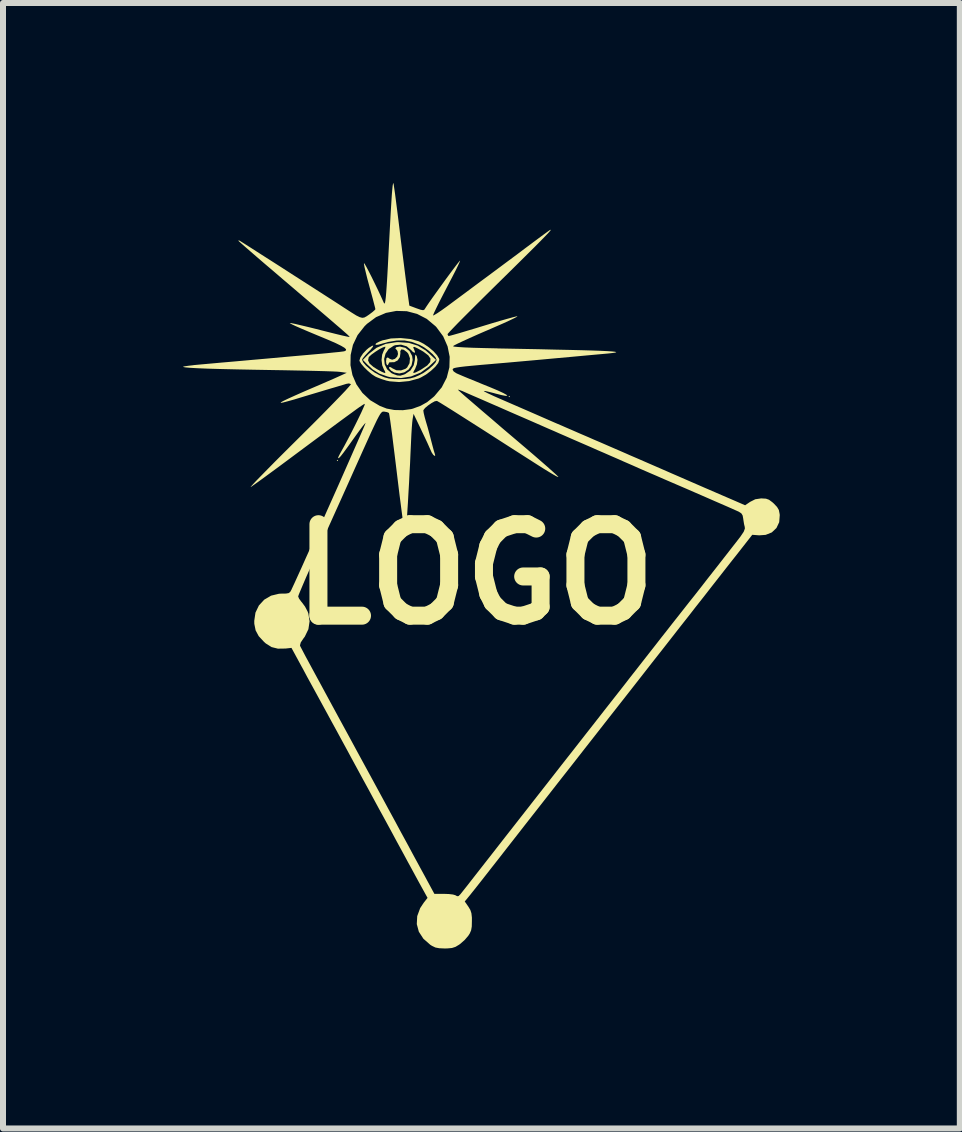
<source format=kicad_pcb>
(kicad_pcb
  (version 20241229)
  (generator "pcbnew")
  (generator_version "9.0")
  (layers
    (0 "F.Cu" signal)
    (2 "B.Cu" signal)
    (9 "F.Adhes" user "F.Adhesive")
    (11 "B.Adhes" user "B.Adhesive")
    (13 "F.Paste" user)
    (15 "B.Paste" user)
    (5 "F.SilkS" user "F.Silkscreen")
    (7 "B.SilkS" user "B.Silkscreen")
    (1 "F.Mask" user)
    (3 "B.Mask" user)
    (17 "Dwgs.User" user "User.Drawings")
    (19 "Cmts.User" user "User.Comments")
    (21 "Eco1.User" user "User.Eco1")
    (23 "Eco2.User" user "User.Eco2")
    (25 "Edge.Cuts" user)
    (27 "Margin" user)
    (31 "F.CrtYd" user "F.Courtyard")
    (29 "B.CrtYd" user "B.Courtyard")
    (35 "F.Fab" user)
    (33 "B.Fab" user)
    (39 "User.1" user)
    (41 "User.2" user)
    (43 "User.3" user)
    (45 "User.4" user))
  (footprint "LOGO"
    (layer "F.Cu")
    (at 4.868 6.518)
    (property "Reference" "LOGO" (at 0 0 0) (layer "F.SilkS") (effects (font (size 1.524 1.524) (thickness 0.3))))
    (attr board_only exclude_from_pos_files exclude_from_bom)
    (fp_poly (pts (xy -2.285 -1.897) (xy -2.296 -1.886) (xy -2.307 -1.897) (xy -2.296 -1.908)) (stroke (width 0) (type solid)) (fill yes) (layer "F.SilkS"))
    (fp_poly (pts (xy 0.577 -2.961) (xy 0.566 -2.95) (xy 0.555 -2.961) (xy 0.566 -2.973)) (stroke (width 0) (type solid)) (fill yes) (layer "F.SilkS"))
    (fp_poly (pts (xy -1.164 -3.773) (xy -1.095 -3.719) (xy -1.052 -3.638) (xy -1.043 -3.572) (xy -1.061 -3.482) (xy -1.111 -3.411) (xy -1.183 -3.364) (xy -1.265 -3.346) (xy -1.35 -3.362) (xy -1.401 -3.392) (xy -1.432 -3.426) (xy -1.437 -3.451) (xy -1.437 -3.451) (xy -1.41 -3.451) (xy -1.379 -3.431) (xy -1.314 -3.399) (xy -1.236 -3.397) (xy -1.163 -3.423) (xy -1.135 -3.445) (xy -1.095 -3.517) (xy -1.088 -3.598) (xy -1.115 -3.673) (xy -1.138 -3.701) (xy -1.194 -3.742) (xy -1.232 -3.747) (xy -1.249 -3.716) (xy -1.247 -3.685) (xy -1.256 -3.618) (xy -1.293 -3.563) (xy -1.349 -3.534) (xy -1.389 -3.533) (xy -1.432 -3.531) (xy -1.442 -3.513) (xy -1.455 -3.486) (xy -1.464 -3.483) (xy -1.48 -3.502) (xy -1.486 -3.549) (xy -1.486 -3.549) (xy -1.479 -3.602) (xy -1.457 -3.613) (xy -1.425 -3.59) (xy -1.384 -3.575) (xy -1.337 -3.59) (xy -1.3 -3.627) (xy -1.287 -3.67) (xy -1.295 -3.717) (xy -1.309 -3.738) (xy -1.332 -3.764) (xy -1.315 -3.784) (xy -1.263 -3.793) (xy -1.252 -3.793)) (stroke (width 0) (type solid)) (fill yes) (layer "F.SilkS"))
    (fp_poly (pts (xy -1.082 -3.92) (xy -0.944 -3.883) (xy -0.859 -3.84) (xy -0.774 -3.782) (xy -0.696 -3.716) (xy -0.637 -3.65) (xy -0.603 -3.593) (xy -0.599 -3.572) (xy -0.617 -3.52) (xy -0.666 -3.457) (xy -0.737 -3.391) (xy -0.82 -3.328) (xy -0.906 -3.279) (xy -0.944 -3.262) (xy -1.103 -3.219) (xy -1.269 -3.203) (xy -1.425 -3.215) (xy -1.481 -3.227) (xy -1.563 -3.253) (xy -1.638 -3.282) (xy -1.667 -3.296) (xy -1.724 -3.333) (xy -1.789 -3.388) (xy -1.85 -3.448) (xy -1.9 -3.506) (xy -1.927 -3.55) (xy -1.93 -3.562) (xy -1.913 -3.614) (xy -1.87 -3.679) (xy -1.81 -3.742) (xy -1.773 -3.773) (xy -1.72 -3.806) (xy -1.699 -3.81) (xy -1.708 -3.787) (xy -1.747 -3.739) (xy -1.785 -3.7) (xy -1.837 -3.644) (xy -1.874 -3.598) (xy -1.886 -3.575) (xy -1.868 -3.532) (xy -1.82 -3.476) (xy -1.752 -3.416) (xy -1.673 -3.359) (xy -1.592 -3.315) (xy -1.592 -3.315) (xy -1.511 -3.281) (xy -1.44 -3.262) (xy -1.359 -3.253) (xy -1.264 -3.251) (xy -1.16 -3.254) (xy -1.081 -3.264) (xy -1.009 -3.284) (xy -0.937 -3.315) (xy -0.858 -3.358) (xy -0.78 -3.413) (xy -0.712 -3.473) (xy -0.663 -3.527) (xy -0.643 -3.57) (xy -0.643 -3.572) (xy -0.661 -3.612) (xy -0.708 -3.666) (xy -0.774 -3.725) (xy -0.85 -3.78) (xy -0.926 -3.822) (xy -0.93 -3.824) (xy -1.057 -3.872) (xy -1.179 -3.896) (xy -1.307 -3.895) (xy -1.451 -3.871) (xy -1.614 -3.826) (xy -1.653 -3.822) (xy -1.664 -3.833) (xy -1.645 -3.853) (xy -1.595 -3.878) (xy -1.547 -3.897) (xy -1.405 -3.929) (xy -1.243 -3.936)) (stroke (width 0) (type solid)) (fill yes) (layer "F.SilkS"))
    (fp_poly (pts (xy -1.105 -3.855) (xy -0.959 -3.81) (xy -0.827 -3.73) (xy -0.77 -3.68) (xy -0.654 -3.572) (xy -0.77 -3.463) (xy -0.909 -3.361) (xy -1.069 -3.296) (xy -1.239 -3.269) (xy -1.412 -3.283) (xy -1.462 -3.295) (xy -1.598 -3.344) (xy -1.709 -3.413) (xy -1.796 -3.493) (xy -1.864 -3.563) (xy -1.786 -3.563) (xy -1.761 -3.511) (xy -1.697 -3.455) (xy -1.635 -3.416) (xy -1.556 -3.373) (xy -1.511 -3.354) (xy -1.496 -3.36) (xy -1.508 -3.389) (xy -1.521 -3.411) (xy -1.55 -3.481) (xy -1.561 -3.568) (xy -1.561 -3.572) (xy -1.559 -3.588) (xy -1.518 -3.588) (xy -1.509 -3.498) (xy -1.469 -3.416) (xy -1.397 -3.352) (xy -1.368 -3.338) (xy -1.301 -3.313) (xy -1.249 -3.309) (xy -1.188 -3.327) (xy -1.166 -3.337) (xy -1.08 -3.395) (xy -1.025 -3.483) (xy -1.007 -3.567) (xy -1.003 -3.624) (xy -0.999 -3.658) (xy -0.999 -3.66) (xy -0.988 -3.653) (xy -0.974 -3.632) (xy -0.962 -3.575) (xy -0.972 -3.499) (xy -1.002 -3.422) (xy -1.015 -3.4) (xy -1.033 -3.365) (xy -1.026 -3.353) (xy -0.989 -3.365) (xy -0.92 -3.401) (xy -0.894 -3.416) (xy -0.8 -3.479) (xy -0.751 -3.536) (xy -0.745 -3.592) (xy -0.783 -3.648) (xy -0.864 -3.709) (xy -0.894 -3.727) (xy -0.971 -3.769) (xy -1.016 -3.789) (xy -1.033 -3.785) (xy -1.026 -3.76) (xy -1.019 -3.747) (xy -1.003 -3.703) (xy -1.013 -3.689) (xy -1.044 -3.709) (xy -1.066 -3.734) (xy -1.141 -3.797) (xy -1.236 -3.826) (xy -1.334 -3.817) (xy -1.358 -3.808) (xy -1.442 -3.753) (xy -1.495 -3.676) (xy -1.518 -3.588) (xy -1.559 -3.588) (xy -1.551 -3.659) (xy -1.523 -3.73) (xy -1.521 -3.732) (xy -1.499 -3.773) (xy -1.499 -3.793) (xy -1.5 -3.793) (xy -1.539 -3.78) (xy -1.599 -3.749) (xy -1.666 -3.706) (xy -1.726 -3.663) (xy -1.767 -3.626) (xy -1.775 -3.616) (xy -1.786 -3.563) (xy -1.864 -3.563) (xy -1.872 -3.572) (xy -1.774 -3.672) (xy -1.644 -3.774) (xy -1.492 -3.839) (xy -1.315 -3.867) (xy -1.276 -3.868)) (stroke (width 0) (type solid)) (fill yes) (layer "F.SilkS"))
    (fp_poly (pts (xy -1.363 -6.517) (xy -1.359 -6.494) (xy -1.35 -6.432) (xy -1.336 -6.336) (xy -1.32 -6.212) (xy -1.301 -6.064) (xy -1.28 -5.898) (xy -1.264 -5.767) (xy -1.241 -5.575) (xy -1.217 -5.384) (xy -1.194 -5.202) (xy -1.173 -5.036) (xy -1.155 -4.895) (xy -1.141 -4.787) (xy -1.136 -4.75) (xy -1.098 -4.476) (xy -0.978 -4.431) (xy -0.909 -4.407) (xy -0.869 -4.4) (xy -0.848 -4.409) (xy -0.841 -4.419) (xy -0.816 -4.458) (xy -0.772 -4.523) (xy -0.714 -4.606) (xy -0.645 -4.702) (xy -0.57 -4.806) (xy -0.495 -4.91) (xy -0.422 -5.009) (xy -0.357 -5.096) (xy -0.304 -5.166) (xy -0.267 -5.212) (xy -0.252 -5.228) (xy -0.252 -5.228) (xy -0.259 -5.206) (xy -0.284 -5.151) (xy -0.324 -5.068) (xy -0.378 -4.963) (xy -0.441 -4.842) (xy -0.478 -4.771) (xy -0.545 -4.642) (xy -0.604 -4.527) (xy -0.651 -4.431) (xy -0.685 -4.36) (xy -0.702 -4.319) (xy -0.703 -4.311) (xy -0.682 -4.32) (xy -0.632 -4.35) (xy -0.56 -4.399) (xy -0.472 -4.462) (xy -0.429 -4.494) (xy -0.331 -4.567) (xy -0.208 -4.658) (xy -0.068 -4.762) (xy 0.078 -4.871) (xy 0.222 -4.977) (xy 0.266 -5.01) (xy 0.406 -5.114) (xy 0.551 -5.222) (xy 0.693 -5.327) (xy 0.82 -5.423) (xy 0.925 -5.501) (xy 0.954 -5.523) (xy 1.048 -5.593) (xy 1.131 -5.654) (xy 1.195 -5.701) (xy 1.234 -5.729) (xy 1.241 -5.733) (xy 1.256 -5.741) (xy 1.258 -5.736) (xy 1.244 -5.717) (xy 1.212 -5.681) (xy 1.16 -5.627) (xy 1.088 -5.553) (xy 0.992 -5.456) (xy 0.871 -5.336) (xy 0.724 -5.19) (xy 0.549 -5.017) (xy 0.377 -4.848) (xy 0.218 -4.691) (xy 0.068 -4.543) (xy -0.069 -4.406) (xy -0.19 -4.285) (xy -0.293 -4.181) (xy -0.374 -4.097) (xy -0.43 -4.038) (xy -0.459 -4.005) (xy -0.462 -4.001) (xy -0.452 -3.974) (xy -0.44 -3.971) (xy -0.411 -3.977) (xy -0.346 -3.995) (xy -0.251 -4.022) (xy -0.132 -4.058) (xy 0.006 -4.099) (xy 0.133 -4.138) (xy 0.281 -4.183) (xy 0.416 -4.223) (xy 0.532 -4.256) (xy 0.623 -4.281) (xy 0.682 -4.296) (xy 0.704 -4.299) (xy 0.692 -4.289) (xy 0.644 -4.264) (xy 0.565 -4.226) (xy 0.46 -4.178) (xy 0.334 -4.123) (xy 0.192 -4.061) (xy 0.184 -4.058) (xy 0.039 -3.995) (xy -0.093 -3.936) (xy -0.205 -3.885) (xy -0.292 -3.844) (xy -0.349 -3.815) (xy -0.371 -3.801) (xy -0.371 -3.8) (xy -0.351 -3.793) (xy -0.289 -3.787) (xy -0.184 -3.78) (xy -0.039 -3.774) (xy 0.145 -3.769) (xy 0.367 -3.764) (xy 0.371 -3.763) (xy 0.735 -3.756) (xy 1.057 -3.75) (xy 1.338 -3.743) (xy 1.58 -3.738) (xy 1.786 -3.733) (xy 1.956 -3.728) (xy 2.093 -3.723) (xy 2.199 -3.718) (xy 2.275 -3.713) (xy 2.324 -3.708) (xy 2.347 -3.703) (xy 2.346 -3.698) (xy 2.322 -3.692) (xy 2.279 -3.686) (xy 2.217 -3.679) (xy 2.152 -3.673) (xy 1.886 -3.649) (xy 1.605 -3.623) (xy 1.318 -3.597) (xy 1.035 -3.571) (xy 0.765 -3.547) (xy 0.519 -3.525) (xy 0.307 -3.507) (xy 0.288 -3.505) (xy 0.099 -3.489) (xy -0.051 -3.475) (xy -0.165 -3.464) (xy -0.25 -3.454) (xy -0.308 -3.445) (xy -0.346 -3.437) (xy -0.367 -3.428) (xy -0.375 -3.418) (xy -0.377 -3.408) (xy -0.359 -3.379) (xy -0.316 -3.35) (xy -0.292 -3.339) (xy -0.264 -3.327) (xy -0.227 -3.311) (xy -0.175 -3.289) (xy -0.102 -3.259) (xy -0.003 -3.219) (xy 0.127 -3.165) (xy 0.244 -3.118) (xy 0.377 -3.062) (xy 0.469 -3.019) (xy 0.522 -2.989) (xy 0.534 -2.974) (xy 0.506 -2.973) (xy 0.436 -2.986) (xy 0.326 -3.014) (xy 0.313 -3.018) (xy 0.234 -3.038) (xy 0.174 -3.052) (xy 0.143 -3.055) (xy 0.141 -3.055) (xy 0.156 -3.043) (xy 0.204 -3.018) (xy 0.275 -2.985) (xy 0.316 -2.966) (xy 0.476 -2.896) (xy 0.651 -2.82) (xy 0.833 -2.741) (xy 1.012 -2.663) (xy 1.181 -2.589) (xy 1.33 -2.524) (xy 1.452 -2.472) (xy 1.497 -2.452) (xy 1.613 -2.402) (xy 1.75 -2.342) (xy 1.888 -2.283) (xy 1.974 -2.245) (xy 2.089 -2.196) (xy 2.229 -2.135) (xy 2.379 -2.07) (xy 2.524 -2.007) (xy 2.573 -1.985) (xy 2.722 -1.921) (xy 2.894 -1.846) (xy 3.069 -1.77) (xy 3.229 -1.7) (xy 3.272 -1.681) (xy 3.413 -1.62) (xy 3.564 -1.554) (xy 3.709 -1.491) (xy 3.835 -1.436) (xy 3.882 -1.416) (xy 4.002 -1.364) (xy 4.129 -1.309) (xy 4.245 -1.259) (xy 4.317 -1.228) (xy 4.496 -1.15) (xy 4.58 -1.207) (xy 4.665 -1.25) (xy 4.76 -1.264) (xy 4.773 -1.264) (xy 4.843 -1.26) (xy 4.894 -1.242) (xy 4.948 -1.202) (xy 4.973 -1.18) (xy 5.028 -1.122) (xy 5.058 -1.071) (xy 5.071 -1.005) (xy 5.073 -0.986) (xy 5.064 -0.868) (xy 5.018 -0.771) (xy 4.941 -0.698) (xy 4.839 -0.657) (xy 4.731 -0.649) (xy 4.615 -0.658) (xy 4.353 -0.323) (xy 4.276 -0.226) (xy 4.178 -0.101) (xy 4.063 0.046) (xy 3.936 0.208) (xy 3.803 0.379) (xy 3.668 0.55) (xy 3.561 0.688) (xy 3.419 0.868) (xy 3.266 1.064) (xy 3.109 1.265) (xy 2.953 1.463) (xy 2.807 1.65) (xy 2.678 1.815) (xy 2.614 1.897) (xy 2.432 2.129) (xy 2.238 2.376) (xy 2.037 2.633) (xy 1.83 2.897) (xy 1.623 3.162) (xy 1.417 3.424) (xy 1.218 3.679) (xy 1.027 3.923) (xy 0.848 4.151) (xy 0.686 4.359) (xy 0.542 4.543) (xy 0.422 4.697) (xy 0.383 4.747) (xy 0.277 4.882) (xy 0.177 5.01) (xy 0.086 5.126) (xy 0.008 5.225) (xy -0.052 5.3) (xy -0.089 5.347) (xy -0.091 5.349) (xy -0.175 5.451) (xy -0.115 5.537) (xy -0.082 5.592) (xy -0.064 5.647) (xy -0.056 5.718) (xy -0.056 5.779) (xy -0.058 5.869) (xy -0.069 5.932) (xy -0.092 5.985) (xy -0.116 6.022) (xy -0.174 6.09) (xy -0.246 6.154) (xy -0.269 6.171) (xy -0.329 6.207) (xy -0.388 6.226) (xy -0.462 6.233) (xy -0.51 6.234) (xy -0.6 6.23) (xy -0.664 6.218) (xy -0.72 6.191) (xy -0.749 6.173) (xy -0.864 6.072) (xy -0.94 5.955) (xy -0.974 5.828) (xy -0.967 5.695) (xy -0.918 5.562) (xy -0.86 5.474) (xy -0.795 5.391) (xy -0.939 5.13) (xy -1.001 5.016) (xy -1.065 4.898) (xy -1.123 4.792) (xy -1.165 4.714) (xy -1.197 4.655) (xy -1.247 4.563) (xy -1.311 4.446) (xy -1.385 4.308) (xy -1.467 4.157) (xy -1.553 3.999) (xy -1.581 3.949) (xy -1.677 3.772) (xy -1.778 3.585) (xy -1.881 3.397) (xy -1.978 3.218) (xy -2.065 3.058) (xy -2.135 2.928) (xy -2.218 2.776) (xy -2.308 2.61) (xy -2.399 2.444) (xy -2.482 2.291) (xy -2.54 2.185) (xy -2.618 2.042) (xy -2.706 1.881) (xy -2.795 1.719) (xy -2.873 1.573) (xy -2.892 1.539) (xy -3.062 1.226) (xy -3.16 1.237) (xy -3.288 1.239) (xy -3.393 1.213) (xy -3.49 1.152) (xy -3.521 1.124) (xy -3.608 1.03) (xy -3.659 0.935) (xy -3.681 0.826) (xy -3.682 0.776) (xy -3.662 0.639) (xy -3.605 0.52) (xy -3.516 0.423) (xy -3.425 0.37) (xy -2.95 0.37) (xy -2.936 0.405) (xy -2.9 0.454) (xy -2.884 0.473) (xy -2.836 0.538) (xy -2.793 0.62) (xy -2.781 0.652) (xy -2.76 0.783) (xy -2.78 0.915) (xy -2.84 1.039) (xy -2.864 1.071) (xy -2.907 1.135) (xy -2.92 1.183) (xy -2.918 1.192) (xy -2.914 1.202) (xy -2.903 1.223) (xy -2.886 1.255) (xy -2.862 1.301) (xy -2.829 1.364) (xy -2.785 1.445) (xy -2.731 1.545) (xy -2.664 1.669) (xy -2.584 1.816) (xy -2.49 1.99) (xy -2.38 2.193) (xy -2.253 2.427) (xy -2.108 2.693) (xy -1.945 2.994) (xy -1.763 3.328) (xy -1.67 3.499) (xy -1.563 3.696) (xy -1.451 3.903) (xy -1.34 4.107) (xy -1.24 4.293) (xy -1.21 4.348) (xy -1.126 4.502) (xy -1.043 4.657) (xy -0.963 4.804) (xy -0.892 4.935) (xy -0.834 5.041) (xy -0.804 5.097) (xy -0.681 5.324) (xy -0.523 5.324) (xy -0.44 5.327) (xy -0.372 5.335) (xy -0.333 5.346) (xy -0.333 5.346) (xy -0.302 5.363) (xy -0.278 5.361) (xy -0.249 5.332) (xy -0.22 5.296) (xy -0.192 5.26) (xy -0.14 5.195) (xy -0.07 5.105) (xy 0.016 4.995) (xy 0.113 4.871) (xy 0.217 4.738) (xy 0.236 4.714) (xy 0.36 4.555) (xy 0.495 4.382) (xy 0.633 4.206) (xy 0.766 4.036) (xy 0.886 3.883) (xy 0.956 3.793) (xy 1.209 3.47) (xy 1.437 3.178) (xy 1.642 2.917) (xy 1.825 2.683) (xy 1.989 2.474) (xy 2.135 2.287) (xy 2.266 2.12) (xy 2.383 1.971) (xy 2.489 1.836) (xy 2.584 1.713) (xy 2.673 1.6) (xy 2.755 1.495) (xy 2.834 1.394) (xy 2.892 1.32) (xy 3.001 1.181) (xy 3.106 1.046) (xy 3.204 0.922) (xy 3.289 0.813) (xy 3.357 0.727) (xy 3.403 0.669) (xy 3.405 0.666) (xy 3.472 0.581) (xy 3.556 0.474) (xy 3.654 0.351) (xy 3.76 0.216) (xy 3.87 0.074) (xy 3.981 -0.067) (xy 4.089 -0.205) (xy 4.188 -0.332) (xy 4.276 -0.445) (xy 4.348 -0.537) (xy 4.399 -0.603) (xy 4.421 -0.632) (xy 4.472 -0.708) (xy 4.492 -0.761) (xy 4.49 -0.788) (xy 4.478 -0.838) (xy 4.467 -0.907) (xy 4.465 -0.923) (xy 4.455 -0.979) (xy 4.433 -1.015) (xy 4.388 -1.044) (xy 4.352 -1.06) (xy 4.197 -1.129) (xy 4.006 -1.212) (xy 3.777 -1.312) (xy 3.508 -1.429) (xy 3.35 -1.497) (xy 3.169 -1.575) (xy 3.018 -1.641) (xy 2.883 -1.699) (xy 2.754 -1.755) (xy 2.619 -1.815) (xy 2.465 -1.882) (xy 2.407 -1.908) (xy 2.343 -1.936) (xy 2.253 -1.975) (xy 2.146 -2.022) (xy 2.032 -2.071) (xy 1.922 -2.12) (xy 1.825 -2.162) (xy 1.751 -2.194) (xy 1.719 -2.208) (xy 1.673 -2.228) (xy 1.597 -2.261) (xy 1.502 -2.303) (xy 1.398 -2.348) (xy 1.324 -2.381) (xy 1.217 -2.427) (xy 1.083 -2.486) (xy 0.928 -2.554) (xy 0.76 -2.627) (xy 0.585 -2.703) (xy 0.41 -2.78) (xy 0.242 -2.853) (xy 0.087 -2.921) (xy -0.048 -2.979) (xy -0.155 -3.026) (xy -0.216 -3.053) (xy -0.264 -3.071) (xy -0.288 -3.077) (xy -0.288 -3.076) (xy -0.282 -3.068) (xy -0.262 -3.049) (xy -0.225 -3.016) (xy -0.171 -2.968) (xy -0.096 -2.904) (xy 0.000204 -2.821) (xy 0.121 -2.717) (xy 0.268 -2.592) (xy 0.442 -2.442) (xy 0.647 -2.268) (xy 0.848 -2.097) (xy 0.98 -1.984) (xy 1.099 -1.881) (xy 1.203 -1.79) (xy 1.287 -1.715) (xy 1.348 -1.66) (xy 1.38 -1.629) (xy 1.385 -1.622) (xy 1.374 -1.623) (xy 1.348 -1.635) (xy 1.302 -1.661) (xy 1.235 -1.701) (xy 1.142 -1.758) (xy 1.022 -1.834) (xy 0.872 -1.93) (xy 0.687 -2.048) (xy 0.654 -2.069) (xy 0.391 -2.238) (xy 0.155 -2.39) (xy -0.054 -2.523) (xy -0.233 -2.637) (xy -0.381 -2.731) (xy -0.498 -2.804) (xy -0.58 -2.855) (xy -0.628 -2.883) (xy -0.639 -2.889) (xy -0.675 -2.882) (xy -0.728 -2.853) (xy -0.786 -2.813) (xy -0.836 -2.771) (xy -0.863 -2.736) (xy -0.865 -2.728) (xy -0.859 -2.687) (xy -0.843 -2.62) (xy -0.823 -2.548) (xy -0.795 -2.454) (xy -0.764 -2.34) (xy -0.736 -2.232) (xy -0.735 -2.228) (xy -0.712 -2.14) (xy -0.692 -2.066) (xy -0.678 -2.019) (xy -0.675 -2.012) (xy -0.667 -1.977) (xy -0.679 -1.973) (xy -0.701 -1.992) (xy -0.727 -2.031) (xy -0.739 -2.058) (xy -0.762 -2.109) (xy -0.798 -2.19) (xy -0.845 -2.29) (xy -0.896 -2.397) (xy -0.9 -2.407) (xy -1.028 -2.673) (xy -1.044 -2.584) (xy -1.05 -2.532) (xy -1.057 -2.446) (xy -1.064 -2.334) (xy -1.07 -2.207) (xy -1.074 -2.119) (xy -1.08 -1.993) (xy -1.086 -1.848) (xy -1.095 -1.689) (xy -1.103 -1.523) (xy -1.113 -1.355) (xy -1.122 -1.191) (xy -1.132 -1.038) (xy -1.141 -0.9) (xy -1.149 -0.784) (xy -1.155 -0.696) (xy -1.16 -0.642) (xy -1.163 -0.627) (xy -1.168 -0.645) (xy -1.178 -0.705) (xy -1.193 -0.804) (xy -1.212 -0.94) (xy -1.234 -1.109) (xy -1.26 -1.31) (xy -1.288 -1.539) (xy -1.319 -1.794) (xy -1.344 -1.997) (xy -1.365 -2.165) (xy -1.384 -2.319) (xy -1.402 -2.453) (xy -1.417 -2.563) (xy -1.429 -2.641) (xy -1.437 -2.683) (xy -1.439 -2.688) (xy -1.469 -2.702) (xy -1.515 -2.71) (xy -1.531 -2.711) (xy -1.547 -2.708) (xy -1.563 -2.695) (xy -1.583 -2.67) (xy -1.607 -2.629) (xy -1.639 -2.568) (xy -1.679 -2.484) (xy -1.732 -2.371) (xy -1.797 -2.227) (xy -1.878 -2.048) (xy -1.911 -1.974) (xy -2.005 -1.765) (xy -2.111 -1.528) (xy -2.225 -1.274) (xy -2.341 -1.017) (xy -2.454 -0.766) (xy -2.557 -0.536) (xy -2.597 -0.447) (xy -2.676 -0.272) (xy -2.748 -0.108) (xy -2.813 0.038) (xy -2.867 0.164) (xy -2.909 0.263) (xy -2.938 0.333) (xy -2.95 0.367) (xy -2.95 0.37) (xy -3.425 0.37) (xy -3.402 0.356) (xy -3.269 0.324) (xy -3.227 0.322) (xy -3.152 0.321) (xy -3.108 0.313) (xy -3.082 0.292) (xy -3.06 0.252) (xy -3.057 0.244) (xy -3.014 0.152) (xy -2.959 0.031) (xy -2.893 -0.114) (xy -2.819 -0.28) (xy -2.737 -0.461) (xy -2.65 -0.656) (xy -2.559 -0.858) (xy -2.467 -1.066) (xy -2.374 -1.274) (xy -2.283 -1.478) (xy -2.196 -1.675) (xy -2.114 -1.861) (xy -2.039 -2.032) (xy -1.972 -2.184) (xy -1.916 -2.312) (xy -1.872 -2.413) (xy -1.842 -2.483) (xy -1.828 -2.519) (xy -1.827 -2.522) (xy -1.842 -2.508) (xy -1.878 -2.464) (xy -1.93 -2.394) (xy -1.994 -2.306) (xy -2.039 -2.243) (xy -2.128 -2.118) (xy -2.194 -2.028) (xy -2.24 -1.969) (xy -2.269 -1.939) (xy -2.283 -1.933) (xy -2.285 -1.941) (xy -2.275 -1.967) (xy -2.249 -2.017) (xy -2.232 -2.048) (xy -2.179 -2.143) (xy -2.121 -2.252) (xy -2.061 -2.368) (xy -2.002 -2.484) (xy -1.948 -2.594) (xy -1.901 -2.691) (xy -1.866 -2.769) (xy -1.844 -2.82) (xy -1.841 -2.839) (xy -1.841 -2.839) (xy -1.849 -2.837) (xy -1.865 -2.828) (xy -1.891 -2.811) (xy -1.93 -2.785) (xy -1.983 -2.747) (xy -2.054 -2.695) (xy -2.145 -2.629) (xy -2.258 -2.546) (xy -2.396 -2.444) (xy -2.56 -2.322) (xy -2.754 -2.178) (xy -2.98 -2.01) (xy -3.121 -1.905) (xy -3.261 -1.801) (xy -3.393 -1.704) (xy -3.51 -1.618) (xy -3.609 -1.546) (xy -3.685 -1.492) (xy -3.732 -1.459) (xy -3.742 -1.452) (xy -3.738 -1.461) (xy -3.706 -1.497) (xy -3.647 -1.56) (xy -3.564 -1.645) (xy -3.46 -1.751) (xy -3.337 -1.876) (xy -3.198 -2.015) (xy -3.045 -2.167) (xy -2.931 -2.28) (xy -2.768 -2.442) (xy -2.616 -2.594) (xy -2.477 -2.735) (xy -2.354 -2.861) (xy -2.249 -2.969) (xy -2.166 -3.056) (xy -2.108 -3.121) (xy -2.076 -3.159) (xy -2.071 -3.168) (xy -2.104 -3.18) (xy -2.147 -3.173) (xy -2.195 -3.158) (xy -2.273 -3.135) (xy -2.364 -3.108) (xy -2.396 -3.099) (xy -2.493 -3.07) (xy -2.616 -3.033) (xy -2.75 -2.993) (xy -2.873 -2.956) (xy -3.018 -2.912) (xy -3.129 -2.881) (xy -3.202 -2.862) (xy -3.239 -2.856) (xy -3.239 -2.865) (xy -3.2 -2.887) (xy -3.123 -2.924) (xy -3.006 -2.977) (xy -2.85 -3.046) (xy -2.706 -3.108) (xy -2.58 -3.162) (xy -2.461 -3.214) (xy -2.357 -3.259) (xy -2.279 -3.294) (xy -2.241 -3.311) (xy -2.141 -3.357) (xy -2.252 -3.372) (xy -2.297 -3.376) (xy -2.382 -3.38) (xy -2.5 -3.384) (xy -2.647 -3.388) (xy -2.818 -3.392) (xy -3.008 -3.396) (xy -3.211 -3.4) (xy -3.339 -3.402) (xy -3.684 -3.408) (xy -3.985 -3.414) (xy -4.242 -3.42) (xy -4.455 -3.426) (xy -4.624 -3.433) (xy -4.749 -3.44) (xy -4.829 -3.447) (xy -4.866 -3.454) (xy -4.868 -3.458) (xy -4.842 -3.465) (xy -4.78 -3.474) (xy -4.694 -3.484) (xy -2.079 -3.484) (xy -2.046 -3.319) (xy -1.979 -3.163) (xy -1.88 -3.022) (xy -1.751 -2.901) (xy -1.591 -2.806) (xy -1.476 -2.761) (xy -1.348 -2.737) (xy -1.205 -2.734) (xy -1.07 -2.752) (xy -1.039 -2.76) (xy -0.909 -2.808) (xy -0.802 -2.868) (xy -0.7 -2.951) (xy -0.68 -2.969) (xy -0.558 -3.115) (xy -0.475 -3.276) (xy -0.431 -3.448) (xy -0.426 -3.623) (xy -0.461 -3.797) (xy -0.534 -3.964) (xy -0.647 -4.117) (xy -0.662 -4.133) (xy -0.808 -4.255) (xy -0.969 -4.338) (xy -1.14 -4.383) (xy -1.315 -4.388) (xy -1.488 -4.355) (xy -1.653 -4.284) (xy -1.803 -4.173) (xy -1.844 -4.133) (xy -1.961 -3.984) (xy -2.038 -3.822) (xy -2.076 -3.654) (xy -2.079 -3.484) (xy -4.694 -3.484) (xy -4.692 -3.485) (xy -4.584 -3.495) (xy -4.551 -3.498) (xy -4.416 -3.51) (xy -4.239 -3.526) (xy -4.021 -3.545) (xy -3.764 -3.568) (xy -3.469 -3.594) (xy -3.139 -3.624) (xy -2.776 -3.656) (xy -2.607 -3.671) (xy -2.477 -3.683) (xy -2.362 -3.695) (xy -2.268 -3.704) (xy -2.205 -3.712) (xy -2.18 -3.716) (xy -2.154 -3.73) (xy -2.153 -3.749) (xy -2.179 -3.774) (xy -2.235 -3.807) (xy -2.324 -3.851) (xy -2.448 -3.905) (xy -2.611 -3.973) (xy -2.633 -3.982) (xy -2.767 -4.038) (xy -2.885 -4.088) (xy -2.981 -4.13) (xy -3.05 -4.162) (xy -3.086 -4.182) (xy -3.09 -4.187) (xy -3.063 -4.184) (xy -2.999 -4.171) (xy -2.906 -4.149) (xy -2.788 -4.121) (xy -2.654 -4.088) (xy -2.585 -4.07) (xy -2.446 -4.035) (xy -2.322 -4.004) (xy -2.219 -3.979) (xy -2.143 -3.962) (xy -2.101 -3.954) (xy -2.095 -3.954) (xy -2.094 -3.956) (xy -2.097 -3.961) (xy -2.106 -3.971) (xy -2.123 -3.988) (xy -2.152 -4.014) (xy -2.193 -4.05) (xy -2.25 -4.1) (xy -2.325 -4.164) (xy -2.42 -4.246) (xy -2.538 -4.347) (xy -2.681 -4.469) (xy -2.852 -4.614) (xy -3.052 -4.785) (xy -3.2 -4.911) (xy -3.355 -5.044) (xy -3.5 -5.167) (xy -3.63 -5.279) (xy -3.743 -5.377) (xy -3.834 -5.456) (xy -3.901 -5.515) (xy -3.94 -5.55) (xy -3.949 -5.56) (xy -3.933 -5.561) (xy -3.921 -5.555) (xy -3.897 -5.54) (xy -3.84 -5.504) (xy -3.755 -5.45) (xy -3.646 -5.38) (xy -3.518 -5.298) (xy -3.375 -5.207) (xy -3.222 -5.109) (xy -3.064 -5.007) (xy -2.905 -4.905) (xy -2.749 -4.805) (xy -2.601 -4.71) (xy -2.466 -4.623) (xy -2.348 -4.547) (xy -2.252 -4.485) (xy -2.182 -4.439) (xy -2.169 -4.431) (xy -2.061 -4.361) (xy -1.982 -4.312) (xy -1.925 -4.284) (xy -1.883 -4.273) (xy -1.848 -4.278) (xy -1.811 -4.298) (xy -1.767 -4.328) (xy -1.711 -4.37) (xy -1.674 -4.403) (xy -1.664 -4.416) (xy -1.669 -4.442) (xy -1.685 -4.503) (xy -1.708 -4.592) (xy -1.738 -4.702) (xy -1.765 -4.802) (xy -1.798 -4.924) (xy -1.824 -5.03) (xy -1.844 -5.114) (xy -1.854 -5.168) (xy -1.854 -5.185) (xy -1.842 -5.17) (xy -1.814 -5.122) (xy -1.775 -5.048) (xy -1.728 -4.956) (xy -1.677 -4.852) (xy -1.625 -4.745) (xy -1.576 -4.64) (xy -1.534 -4.547) (xy -1.524 -4.525) (xy -1.517 -4.512) (xy -1.51 -4.512) (xy -1.503 -4.527) (xy -1.497 -4.562) (xy -1.49 -4.619) (xy -1.483 -4.701) (xy -1.475 -4.813) (xy -1.466 -4.956) (xy -1.456 -5.134) (xy -1.445 -5.35) (xy -1.432 -5.59) (xy -1.419 -5.833) (xy -1.408 -6.034) (xy -1.398 -6.196) (xy -1.39 -6.322) (xy -1.382 -6.415) (xy -1.376 -6.476) (xy -1.369 -6.51) (xy -1.364 -6.518)) (stroke (width 0) (type solid)) (fill yes) (layer "F.SilkS")))
  (gr_rect
    (start -3 -3)
    (end 12.941 15.751)
    (stroke (width 0.1) (type default))
    (fill no)
    (layer "Edge.Cuts")))
</source>
